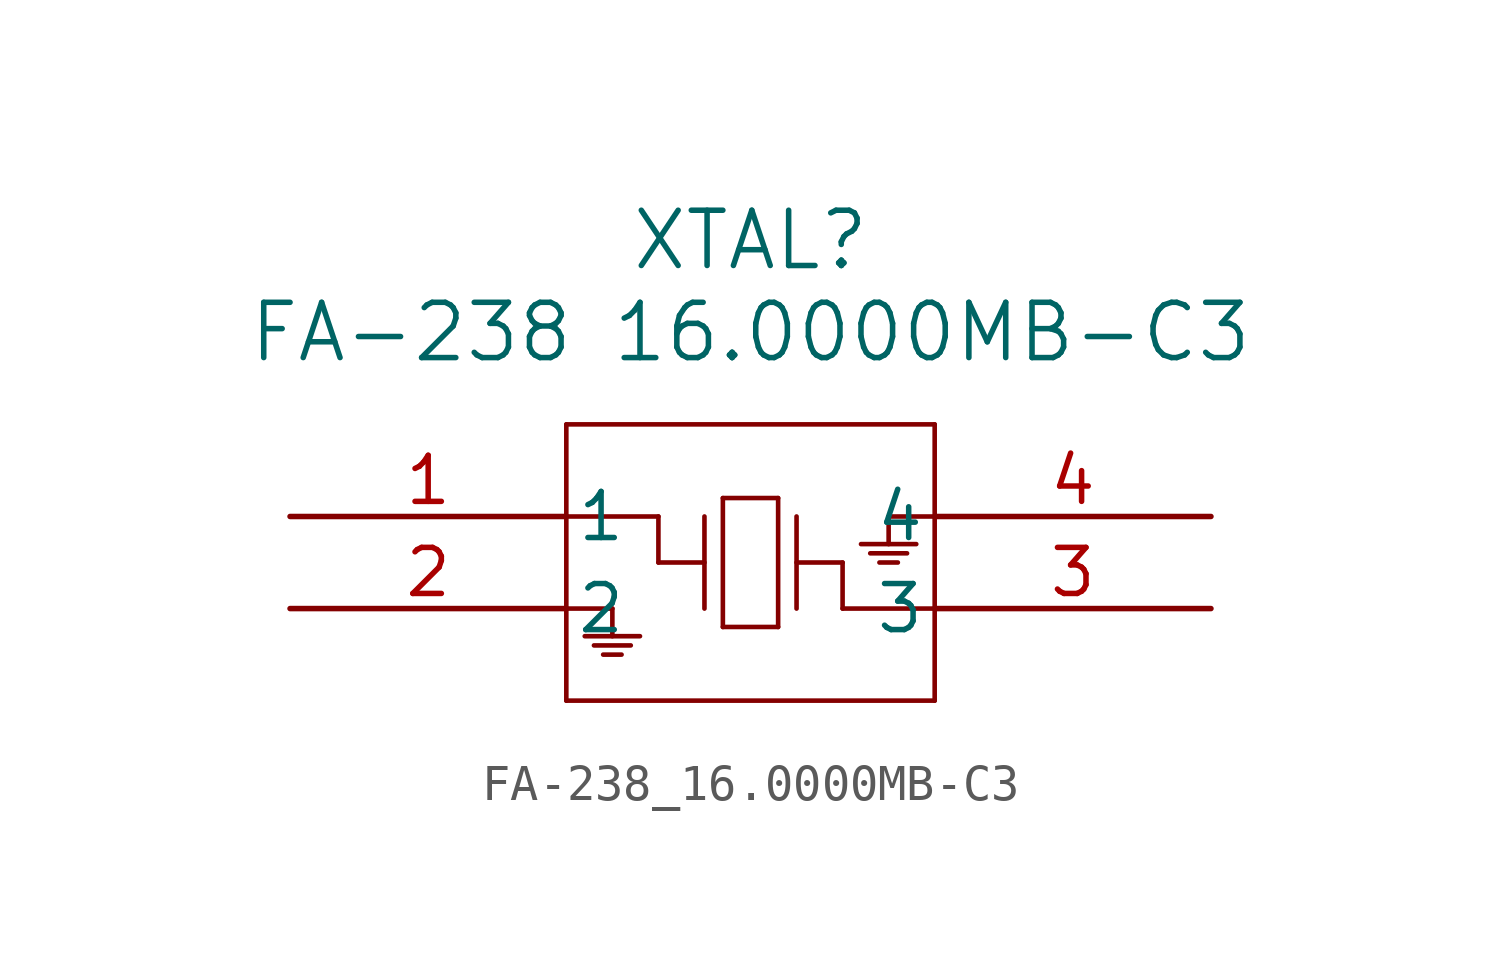
<source format=kicad_sym>
(kicad_symbol_lib
  (version 20211014)
  (generator kicad_symbol_editor)
  (symbol "FA-238_16.0000MB-C3"
    (pin_names
      (offset 0.254))
    (property "Reference" "XTAL"
      (at 12.7 7.62 0)
      (effects (font (size 1.524 1.524))))
    (property "Value" "FA-238 16.0000MB-C3"
      (at 12.7 5.08 0)
      (effects (font (size 1.524 1.524))))
    (symbol "FA-238_16.0000MB-C3_0_1"
      (polyline (pts (xy 7.62 2.54) (xy 7.62 -5.08)) (stroke (width 0.127) (type default) (color 0 0 0 0)) (fill (type none)))
      (polyline (pts (xy 7.62 -5.08) (xy 17.78 -5.08)) (stroke (width 0.127) (type default) (color 0 0 0 0)) (fill (type none)))
      (polyline (pts (xy 17.78 -5.08) (xy 17.78 2.54)) (stroke (width 0.127) (type default) (color 0 0 0 0)) (fill (type none)))
      (polyline (pts (xy 17.78 2.54) (xy 7.62 2.54)) (stroke (width 0.127) (type default) (color 0 0 0 0)) (fill (type none)))
      (polyline (pts (xy 11.43 0) (xy 11.43 -2.54)) (stroke (width 0.127) (type default) (color 0 0 0 0)) (fill (type none)))
      (polyline (pts (xy 11.43 -1.27) (xy 10.16 -1.27)) (stroke (width 0.127) (type default) (color 0 0 0 0)) (fill (type none)))
      (polyline (pts (xy 10.16 -1.27) (xy 10.16 0)) (stroke (width 0.127) (type default) (color 0 0 0 0)) (fill (type none)))
      (polyline (pts (xy 10.16 0) (xy 7.62 0)) (stroke (width 0.127) (type default) (color 0 0 0 0)) (fill (type none)))
      (polyline (pts (xy 13.97 0) (xy 13.97 -2.54)) (stroke (width 0.127) (type default) (color 0 0 0 0)) (fill (type none)))
      (polyline (pts (xy 13.97 -1.27) (xy 15.24 -1.27)) (stroke (width 0.127) (type default) (color 0 0 0 0)) (fill (type none)))
      (polyline (pts (xy 15.24 -1.27) (xy 15.24 -2.54)) (stroke (width 0.127) (type default) (color 0 0 0 0)) (fill (type none)))
      (polyline (pts (xy 15.24 -2.54) (xy 17.78 -2.54)) (stroke (width 0.127) (type default) (color 0 0 0 0)) (fill (type none)))
      (polyline (pts (xy 11.938 0.508) (xy 11.938 -3.048)) (stroke (width 0.127) (type default) (color 0 0 0 0)) (fill (type none)))
      (polyline (pts (xy 11.938 -3.048) (xy 13.462 -3.048)) (stroke (width 0.127) (type default) (color 0 0 0 0)) (fill (type none)))
      (polyline (pts (xy 13.462 -3.048) (xy 13.462 0.508)) (stroke (width 0.127) (type default) (color 0 0 0 0)) (fill (type none)))
      (polyline (pts (xy 13.462 0.508) (xy 11.938 0.508)) (stroke (width 0.127) (type default) (color 0 0 0 0)) (fill (type none)))
      (polyline (pts (xy 7.62 -2.54) (xy 8.89 -2.54)) (stroke (width 0.127) (type default) (color 0 0 0 0)) (fill (type none)))
      (polyline (pts (xy 8.89 -2.54) (xy 8.89 -3.302)) (stroke (width 0.127) (type default) (color 0 0 0 0)) (fill (type none)))
      (polyline (pts (xy 8.636 -3.81) (xy 9.144 -3.81)) (stroke (width 0.127) (type default) (color 0 0 0 0)) (fill (type none)))
      (polyline (pts (xy 8.382 -3.556) (xy 9.398 -3.556)) (stroke (width 0.127) (type default) (color 0 0 0 0)) (fill (type none)))
      (polyline (pts (xy 8.128 -3.302) (xy 9.652 -3.302)) (stroke (width 0.127) (type default) (color 0 0 0 0)) (fill (type none)))
      (polyline (pts (xy 17.78 0) (xy 16.51 0)) (stroke (width 0.127) (type default) (color 0 0 0 0)) (fill (type none)))
      (polyline (pts (xy 16.51 0) (xy 16.51 -0.762)) (stroke (width 0.127) (type default) (color 0 0 0 0)) (fill (type none)))
      (polyline (pts (xy 16.764 -1.27) (xy 16.256 -1.27)) (stroke (width 0.127) (type default) (color 0 0 0 0)) (fill (type none)))
      (polyline (pts (xy 17.018 -1.016) (xy 16.002 -1.016)) (stroke (width 0.127) (type default) (color 0 0 0 0)) (fill (type none)))
      (polyline (pts (xy 17.272 -0.762) (xy 15.748 -0.762)) (stroke (width 0.127) (type default) (color 0 0 0 0)) (fill (type none)))
      (pin unspecified line (at 0 0 0) (length 7.62) (name "1" (effects (font (size 1.27 1.27)))) (number "1" (effects (font (size 1.27 1.27)))))
      (pin unspecified line (at 0 -2.54 0) (length 7.62) (name "2" (effects (font (size 1.27 1.27)))) (number "2" (effects (font (size 1.27 1.27)))))
      (pin unspecified line (at 25.4 -2.54 180) (length 7.62) (name "3" (effects (font (size 1.27 1.27)))) (number "3" (effects (font (size 1.27 1.27)))))
      (pin unspecified line (at 25.4 0 180) (length 7.62) (name "4" (effects (font (size 1.27 1.27)))) (number "4" (effects (font (size 1.27 1.27))))))))
</source>
